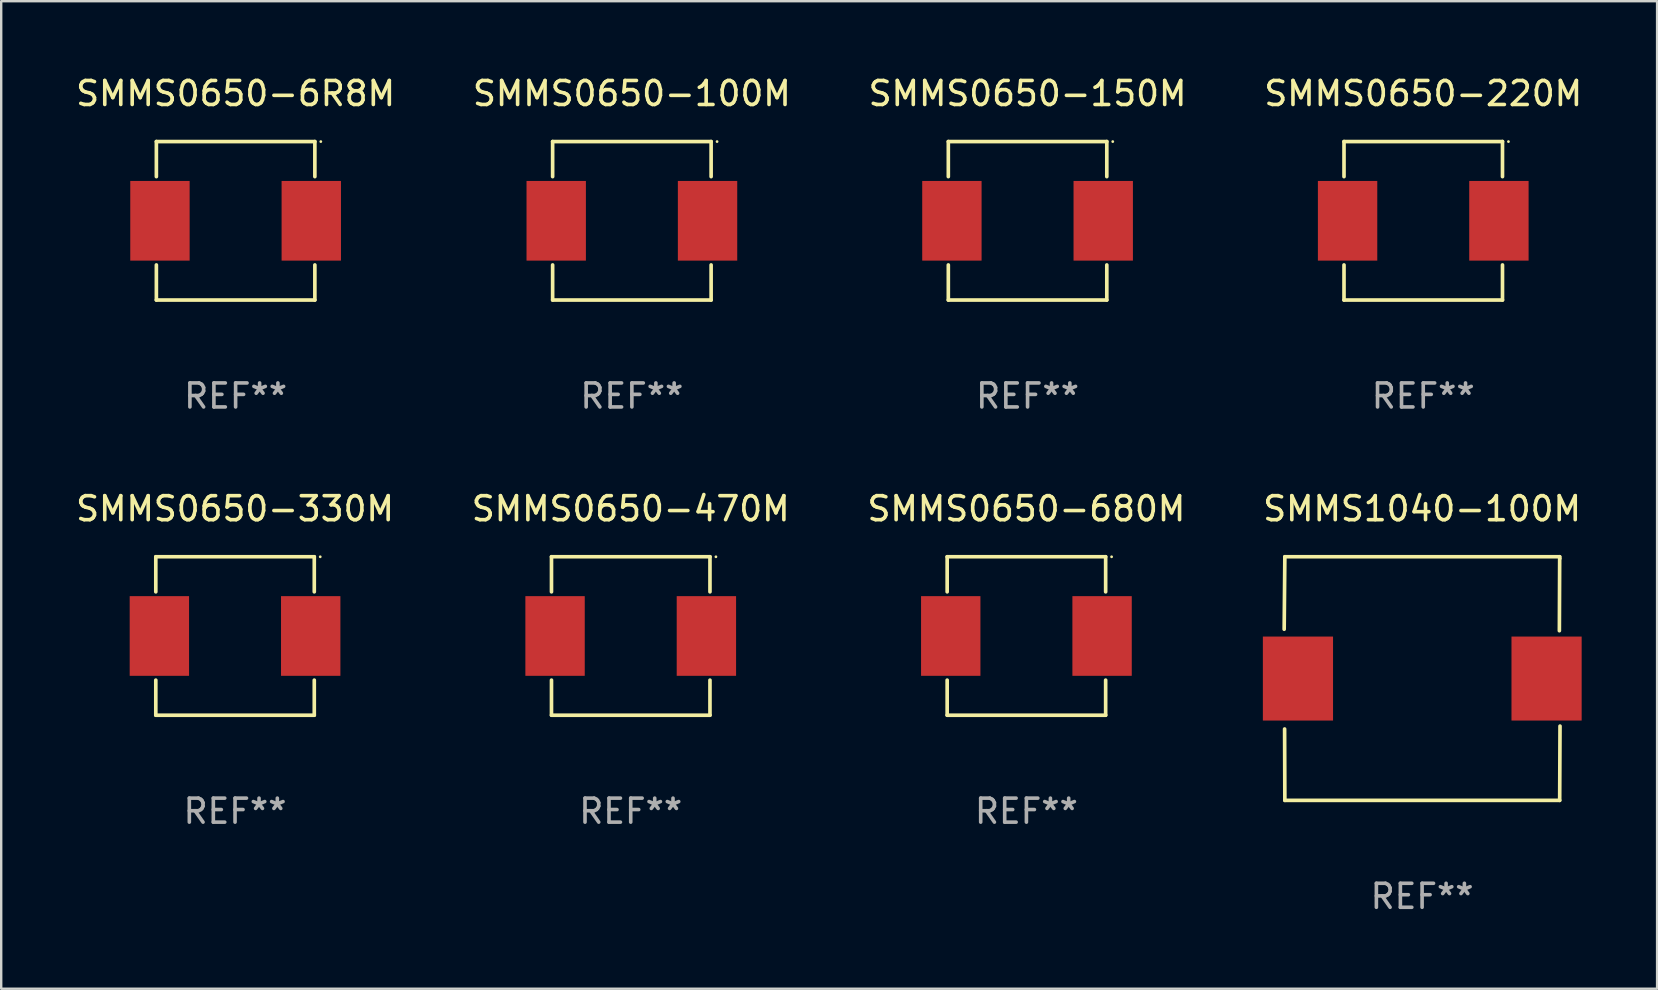
<source format=kicad_pcb>
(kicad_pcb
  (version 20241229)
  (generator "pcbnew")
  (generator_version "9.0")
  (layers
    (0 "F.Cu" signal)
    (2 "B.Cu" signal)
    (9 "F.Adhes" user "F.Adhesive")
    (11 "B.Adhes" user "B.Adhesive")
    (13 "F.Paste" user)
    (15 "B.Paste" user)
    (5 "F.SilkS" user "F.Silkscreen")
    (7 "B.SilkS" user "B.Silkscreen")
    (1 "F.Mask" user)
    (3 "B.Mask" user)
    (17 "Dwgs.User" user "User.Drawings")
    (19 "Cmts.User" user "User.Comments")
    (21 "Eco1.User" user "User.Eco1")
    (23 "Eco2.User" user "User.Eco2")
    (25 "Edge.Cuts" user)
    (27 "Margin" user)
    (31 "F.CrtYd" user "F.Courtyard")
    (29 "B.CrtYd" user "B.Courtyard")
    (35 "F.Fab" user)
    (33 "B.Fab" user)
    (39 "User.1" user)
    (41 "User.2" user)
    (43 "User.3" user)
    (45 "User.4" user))
  (footprint "SMMS0650-6R8M"
    (layer "F.Cu")
    (at 6.768 6.15)
    (property "Reference" "SMMS0650-6R8M" (at 0 -5.302 0) (layer "F.SilkS") (effects (font (size 1 1) (thickness 0.15))))
    (attr through_hole)
    (fp_line (start -3.302 -3.302) (end -3.302 -1.84) (stroke (width 0.152) (type solid)) (layer "F.SilkS"))
    (fp_line (start -3.302 1.84) (end -3.302 3.302) (stroke (width 0.152) (type solid)) (layer "F.SilkS"))
    (fp_line (start -3.302 3.302) (end 3.302 3.302) (stroke (width 0.152) (type solid)) (layer "F.SilkS"))
    (fp_line (start 3.302 -3.302) (end -3.302 -3.302) (stroke (width 0.152) (type solid)) (layer "F.SilkS"))
    (fp_line (start 3.302 -1.84) (end 3.302 -3.302) (stroke (width 0.152) (type solid)) (layer "F.SilkS"))
    (fp_line (start 3.302 3.302) (end 3.302 1.84) (stroke (width 0.152) (type solid)) (layer "F.SilkS"))
    (fp_circle (center 3.55 -3.3) (end 3.58 -3.3) (stroke (width 0.06) (type solid)) (fill no) (layer "F.SilkS"))
    (fp_text user "REF**" (at 0 7.302 0) (layer "F.Fab") (effects (font (size 1 1) (thickness 0.15))))
    (pad "1" smd rect (at 3.153 0) (size 2.474 3.32) (layers "F.Cu" "F.Mask" "F.Paste"))
    (pad "2" smd rect (at -3.153 0) (size 2.474 3.32) (layers "F.Cu" "F.Mask" "F.Paste")))
  (footprint "SMMS0650-220M"
    (layer "F.Cu")
    (at 56.256 6.15)
    (property "Reference" "SMMS0650-220M" (at 0 -5.302 0) (layer "F.SilkS") (effects (font (size 1 1) (thickness 0.15))))
    (attr through_hole)
    (fp_line (start -3.302 -3.302) (end -3.302 -1.84) (stroke (width 0.152) (type solid)) (layer "F.SilkS"))
    (fp_line (start -3.302 1.84) (end -3.302 3.302) (stroke (width 0.152) (type solid)) (layer "F.SilkS"))
    (fp_line (start -3.302 3.302) (end 3.302 3.302) (stroke (width 0.152) (type solid)) (layer "F.SilkS"))
    (fp_line (start 3.302 -3.302) (end -3.302 -3.302) (stroke (width 0.152) (type solid)) (layer "F.SilkS"))
    (fp_line (start 3.302 -1.84) (end 3.302 -3.302) (stroke (width 0.152) (type solid)) (layer "F.SilkS"))
    (fp_line (start 3.302 3.302) (end 3.302 1.84) (stroke (width 0.152) (type solid)) (layer "F.SilkS"))
    (fp_circle (center 3.55 -3.3) (end 3.58 -3.3) (stroke (width 0.06) (type solid)) (fill no) (layer "F.SilkS"))
    (fp_text user "REF**" (at 0 7.302 0) (layer "F.Fab") (effects (font (size 1 1) (thickness 0.15))))
    (pad "1" smd rect (at 3.153 0) (size 2.474 3.32) (layers "F.Cu" "F.Mask" "F.Paste"))
    (pad "2" smd rect (at -3.153 0) (size 2.474 3.32) (layers "F.Cu" "F.Mask" "F.Paste")))
  (footprint "SMMS1040-100M"
    (layer "F.Cu")
    (at 56.208 25.225)
    (property "Reference" "SMMS1040-100M" (at 0 -7.076 0) (layer "F.SilkS") (effects (font (size 1 1) (thickness 0.15))))
    (attr through_hole)
    (fp_line (start -5.747 -2.055) (end -5.719 -5.076) (stroke (width 0.152) (type solid)) (layer "F.SilkS"))
    (fp_line (start -5.729 2.102) (end -5.719 5.076) (stroke (width 0.152) (type solid)) (layer "F.SilkS"))
    (fp_line (start -5.719 -5.076) (end 5.733 -5.076) (stroke (width 0.152) (type solid)) (layer "F.SilkS"))
    (fp_line (start -5.719 5.076) (end 5.733 5.076) (stroke (width 0.152) (type solid)) (layer "F.SilkS"))
    (fp_line (start 5.733 -5.076) (end 5.72 -1.993) (stroke (width 0.152) (type solid)) (layer "F.SilkS"))
    (fp_line (start 5.733 5.076) (end 5.747 1.981) (stroke (width 0.152) (type solid)) (layer "F.SilkS"))
    (fp_circle (center 5.757 -5) (end 5.787 -5) (stroke (width 0.06) (type solid)) (fill no) (layer "F.SilkS"))
    (fp_text user "REF**" (at 0 9.076 0) (layer "F.Fab") (effects (font (size 1 1) (thickness 0.15))))
    (pad "1" smd rect (at 5.187 0) (size 2.924 3.5) (layers "F.Cu" "F.Mask" "F.Paste"))
    (pad "2" smd rect (at -5.173 0) (size 2.924 3.5) (layers "F.Cu" "F.Mask" "F.Paste")))
  (footprint "SMMS0650-150M"
    (layer "F.Cu")
    (at 39.768 6.15)
    (property "Reference" "SMMS0650-150M" (at 0 -5.302 0) (layer "F.SilkS") (effects (font (size 1 1) (thickness 0.15))))
    (attr through_hole)
    (fp_line (start -3.302 -3.302) (end -3.302 -1.84) (stroke (width 0.152) (type solid)) (layer "F.SilkS"))
    (fp_line (start -3.302 1.84) (end -3.302 3.302) (stroke (width 0.152) (type solid)) (layer "F.SilkS"))
    (fp_line (start -3.302 3.302) (end 3.302 3.302) (stroke (width 0.152) (type solid)) (layer "F.SilkS"))
    (fp_line (start 3.302 -3.302) (end -3.302 -3.302) (stroke (width 0.152) (type solid)) (layer "F.SilkS"))
    (fp_line (start 3.302 -1.84) (end 3.302 -3.302) (stroke (width 0.152) (type solid)) (layer "F.SilkS"))
    (fp_line (start 3.302 3.302) (end 3.302 1.84) (stroke (width 0.152) (type solid)) (layer "F.SilkS"))
    (fp_circle (center 3.55 -3.3) (end 3.58 -3.3) (stroke (width 0.06) (type solid)) (fill no) (layer "F.SilkS"))
    (fp_text user "REF**" (at 0 7.302 0) (layer "F.Fab") (effects (font (size 1 1) (thickness 0.15))))
    (pad "1" smd rect (at 3.153 0) (size 2.474 3.32) (layers "F.Cu" "F.Mask" "F.Paste"))
    (pad "2" smd rect (at -3.153 0) (size 2.474 3.32) (layers "F.Cu" "F.Mask" "F.Paste")))
  (footprint "SMMS0650-100M"
    (layer "F.Cu")
    (at 23.28 6.15)
    (property "Reference" "SMMS0650-100M" (at 0 -5.302 0) (layer "F.SilkS") (effects (font (size 1 1) (thickness 0.15))))
    (attr through_hole)
    (fp_line (start -3.302 -3.302) (end -3.302 -1.84) (stroke (width 0.152) (type solid)) (layer "F.SilkS"))
    (fp_line (start -3.302 1.84) (end -3.302 3.302) (stroke (width 0.152) (type solid)) (layer "F.SilkS"))
    (fp_line (start -3.302 3.302) (end 3.302 3.302) (stroke (width 0.152) (type solid)) (layer "F.SilkS"))
    (fp_line (start 3.302 -3.302) (end -3.302 -3.302) (stroke (width 0.152) (type solid)) (layer "F.SilkS"))
    (fp_line (start 3.302 -1.84) (end 3.302 -3.302) (stroke (width 0.152) (type solid)) (layer "F.SilkS"))
    (fp_line (start 3.302 3.302) (end 3.302 1.84) (stroke (width 0.152) (type solid)) (layer "F.SilkS"))
    (fp_circle (center 3.55 -3.3) (end 3.58 -3.3) (stroke (width 0.06) (type solid)) (fill no) (layer "F.SilkS"))
    (fp_text user "REF**" (at 0 7.302 0) (layer "F.Fab") (effects (font (size 1 1) (thickness 0.15))))
    (pad "1" smd rect (at 3.153 0) (size 2.474 3.32) (layers "F.Cu" "F.Mask" "F.Paste"))
    (pad "2" smd rect (at -3.153 0) (size 2.474 3.32) (layers "F.Cu" "F.Mask" "F.Paste")))
  (footprint "SMMS0650-680M"
    (layer "F.Cu")
    (at 39.72 23.451)
    (property "Reference" "SMMS0650-680M" (at 0 -5.302 0) (layer "F.SilkS") (effects (font (size 1 1) (thickness 0.15))))
    (attr through_hole)
    (fp_line (start -3.302 -3.302) (end -3.302 -1.84) (stroke (width 0.152) (type solid)) (layer "F.SilkS"))
    (fp_line (start -3.302 1.84) (end -3.302 3.302) (stroke (width 0.152) (type solid)) (layer "F.SilkS"))
    (fp_line (start -3.302 3.302) (end 3.302 3.302) (stroke (width 0.152) (type solid)) (layer "F.SilkS"))
    (fp_line (start 3.302 -3.302) (end -3.302 -3.302) (stroke (width 0.152) (type solid)) (layer "F.SilkS"))
    (fp_line (start 3.302 -1.84) (end 3.302 -3.302) (stroke (width 0.152) (type solid)) (layer "F.SilkS"))
    (fp_line (start 3.302 3.302) (end 3.302 1.84) (stroke (width 0.152) (type solid)) (layer "F.SilkS"))
    (fp_circle (center 3.55 -3.3) (end 3.58 -3.3) (stroke (width 0.06) (type solid)) (fill no) (layer "F.SilkS"))
    (fp_text user "REF**" (at 0 7.302 0) (layer "F.Fab") (effects (font (size 1 1) (thickness 0.15))))
    (pad "1" smd rect (at 3.153 0) (size 2.474 3.32) (layers "F.Cu" "F.Mask" "F.Paste"))
    (pad "2" smd rect (at -3.153 0) (size 2.474 3.32) (layers "F.Cu" "F.Mask" "F.Paste")))
  (footprint "SMMS0650-470M"
    (layer "F.Cu")
    (at 23.232 23.451)
    (property "Reference" "SMMS0650-470M" (at 0 -5.302 0) (layer "F.SilkS") (effects (font (size 1 1) (thickness 0.15))))
    (attr through_hole)
    (fp_line (start -3.302 -3.302) (end -3.302 -1.84) (stroke (width 0.152) (type solid)) (layer "F.SilkS"))
    (fp_line (start -3.302 1.84) (end -3.302 3.302) (stroke (width 0.152) (type solid)) (layer "F.SilkS"))
    (fp_line (start -3.302 3.302) (end 3.302 3.302) (stroke (width 0.152) (type solid)) (layer "F.SilkS"))
    (fp_line (start 3.302 -3.302) (end -3.302 -3.302) (stroke (width 0.152) (type solid)) (layer "F.SilkS"))
    (fp_line (start 3.302 -1.84) (end 3.302 -3.302) (stroke (width 0.152) (type solid)) (layer "F.SilkS"))
    (fp_line (start 3.302 3.302) (end 3.302 1.84) (stroke (width 0.152) (type solid)) (layer "F.SilkS"))
    (fp_circle (center 3.55 -3.3) (end 3.58 -3.3) (stroke (width 0.06) (type solid)) (fill no) (layer "F.SilkS"))
    (fp_text user "REF**" (at 0 7.302 0) (layer "F.Fab") (effects (font (size 1 1) (thickness 0.15))))
    (pad "1" smd rect (at 3.153 0) (size 2.474 3.32) (layers "F.Cu" "F.Mask" "F.Paste"))
    (pad "2" smd rect (at -3.153 0) (size 2.474 3.32) (layers "F.Cu" "F.Mask" "F.Paste")))
  (footprint "SMMS0650-330M"
    (layer "F.Cu")
    (at 6.744 23.451)
    (property "Reference" "SMMS0650-330M" (at 0 -5.302 0) (layer "F.SilkS") (effects (font (size 1 1) (thickness 0.15))))
    (attr through_hole)
    (fp_line (start -3.302 -3.302) (end -3.302 -1.84) (stroke (width 0.152) (type solid)) (layer "F.SilkS"))
    (fp_line (start -3.302 1.84) (end -3.302 3.302) (stroke (width 0.152) (type solid)) (layer "F.SilkS"))
    (fp_line (start -3.302 3.302) (end 3.302 3.302) (stroke (width 0.152) (type solid)) (layer "F.SilkS"))
    (fp_line (start 3.302 -3.302) (end -3.302 -3.302) (stroke (width 0.152) (type solid)) (layer "F.SilkS"))
    (fp_line (start 3.302 -1.84) (end 3.302 -3.302) (stroke (width 0.152) (type solid)) (layer "F.SilkS"))
    (fp_line (start 3.302 3.302) (end 3.302 1.84) (stroke (width 0.152) (type solid)) (layer "F.SilkS"))
    (fp_circle (center 3.55 -3.3) (end 3.58 -3.3) (stroke (width 0.06) (type solid)) (fill no) (layer "F.SilkS"))
    (fp_text user "REF**" (at 0 7.302 0) (layer "F.Fab") (effects (font (size 1 1) (thickness 0.15))))
    (pad "1" smd rect (at 3.153 0) (size 2.474 3.32) (layers "F.Cu" "F.Mask" "F.Paste"))
    (pad "2" smd rect (at -3.153 0) (size 2.474 3.32) (layers "F.Cu" "F.Mask" "F.Paste")))
  (gr_rect
    (start -3 -3)
    (end 66 38.149)
    (stroke (width 0.1) (type default))
    (fill no)
    (layer "Edge.Cuts")))
</source>
